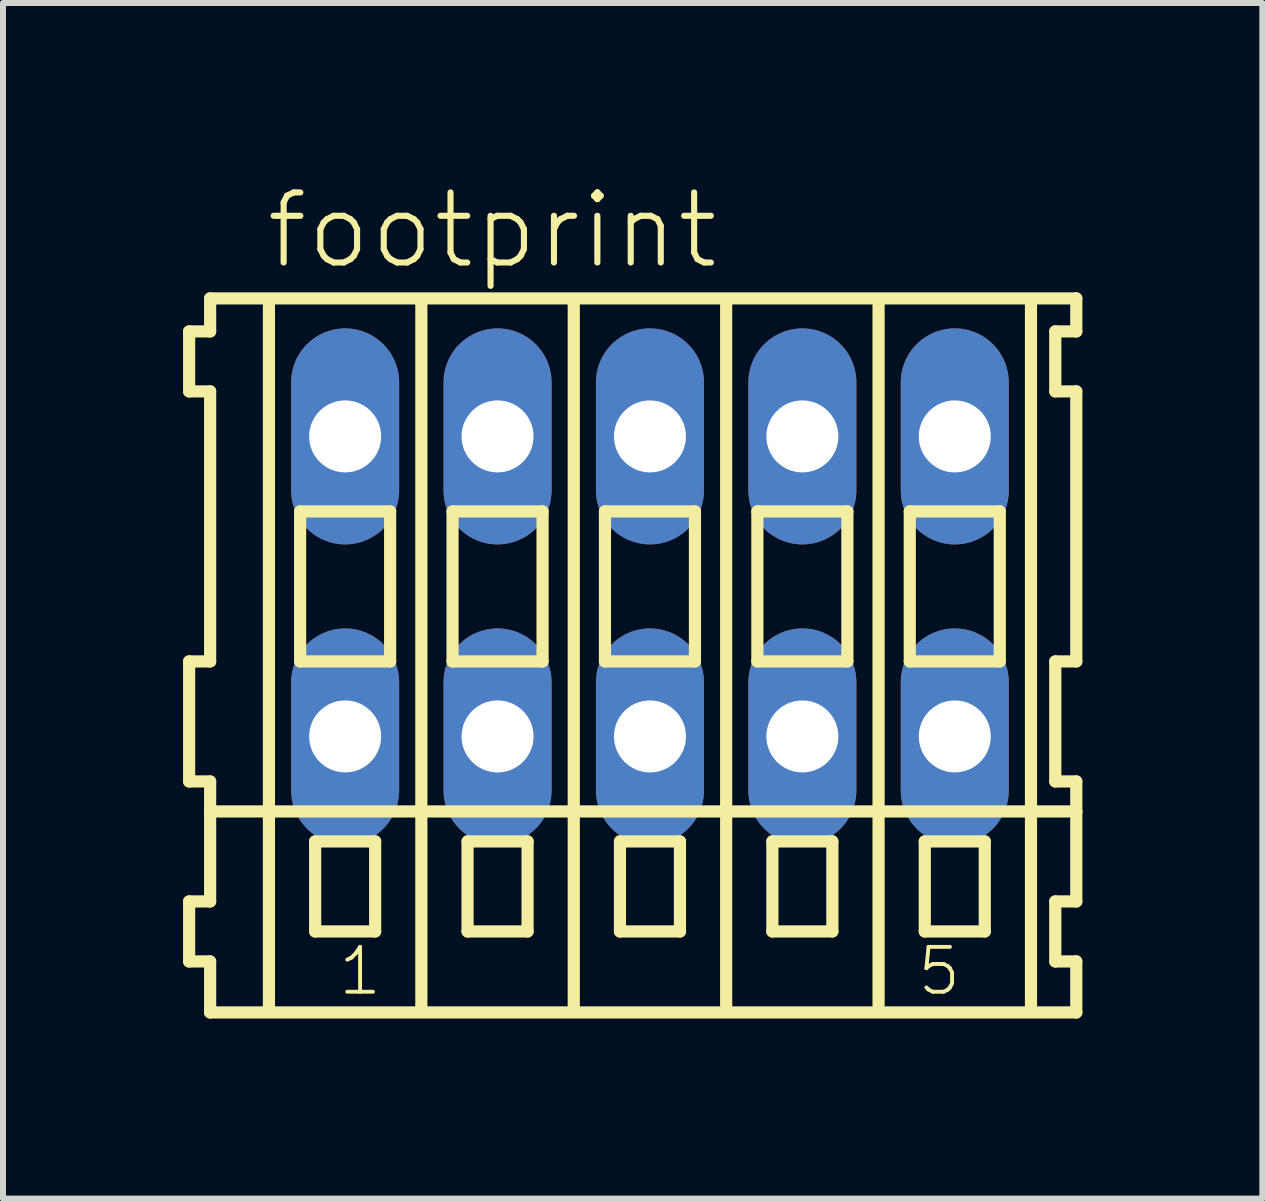
<source format=kicad_pcb>
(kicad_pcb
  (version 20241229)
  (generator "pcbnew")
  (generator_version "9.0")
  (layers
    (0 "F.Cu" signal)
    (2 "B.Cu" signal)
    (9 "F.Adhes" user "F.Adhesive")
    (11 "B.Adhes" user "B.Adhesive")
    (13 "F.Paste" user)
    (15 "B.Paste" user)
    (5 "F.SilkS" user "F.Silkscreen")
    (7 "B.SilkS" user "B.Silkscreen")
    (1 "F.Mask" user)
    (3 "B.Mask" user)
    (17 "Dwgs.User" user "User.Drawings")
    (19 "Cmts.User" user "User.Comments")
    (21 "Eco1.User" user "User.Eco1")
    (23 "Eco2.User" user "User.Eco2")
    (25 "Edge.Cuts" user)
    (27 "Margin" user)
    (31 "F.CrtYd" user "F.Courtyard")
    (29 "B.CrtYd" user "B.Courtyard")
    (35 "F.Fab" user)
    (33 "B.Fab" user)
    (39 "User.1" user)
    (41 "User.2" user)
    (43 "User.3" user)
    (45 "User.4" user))
  (footprint "footprint"
    (layer "F.Cu")
    (at 7.782 6.723)
    (property "Reference" "footprint" (at -6.45 -5.25 0) (layer "F.SilkS") (effects (font (size 1.168 1.168) (thickness 0.102)) (justify left bottom)))
    (fp_line (start -7.68 -4.25) (end -7.68 -3.25) (stroke (width 0.203) (type solid)) (layer "F.SilkS"))
    (fp_line (start -7.68 -3.25) (end -7.33 -3.25) (stroke (width 0.203) (type solid)) (layer "F.SilkS"))
    (fp_line (start -7.68 1.25) (end -7.68 3.25) (stroke (width 0.203) (type solid)) (layer "F.SilkS"))
    (fp_line (start -7.68 3.25) (end -7.33 3.25) (stroke (width 0.203) (type solid)) (layer "F.SilkS"))
    (fp_line (start -7.68 5.25) (end -7.68 6.25) (stroke (width 0.203) (type solid)) (layer "F.SilkS"))
    (fp_line (start -7.68 6.25) (end -7.33 6.25) (stroke (width 0.203) (type solid)) (layer "F.SilkS"))
    (fp_line (start -7.33 -4.8) (end -7.33 -4.25) (stroke (width 0.203) (type solid)) (layer "F.SilkS"))
    (fp_line (start -7.33 -4.25) (end -7.68 -4.25) (stroke (width 0.203) (type solid)) (layer "F.SilkS"))
    (fp_line (start -7.33 -3.25) (end -7.33 1.25) (stroke (width 0.203) (type solid)) (layer "F.SilkS"))
    (fp_line (start -7.33 1.25) (end -7.68 1.25) (stroke (width 0.203) (type solid)) (layer "F.SilkS"))
    (fp_line (start -7.33 3.25) (end -7.33 5.25) (stroke (width 0.203) (type solid)) (layer "F.SilkS"))
    (fp_line (start -7.33 3.75) (end 7.105 3.75) (stroke (width 0.203) (type solid)) (layer "F.SilkS"))
    (fp_line (start -7.33 5.25) (end -7.68 5.25) (stroke (width 0.203) (type solid)) (layer "F.SilkS"))
    (fp_line (start -7.33 6.25) (end -7.33 7.1) (stroke (width 0.203) (type solid)) (layer "F.SilkS"))
    (fp_line (start -7.33 7.1) (end 7.105 7.1) (stroke (width 0.203) (type solid)) (layer "F.SilkS"))
    (fp_line (start -6.35 6.985) (end -6.35 -4.699) (stroke (width 0.203) (type solid)) (layer "F.SilkS"))
    (fp_line (start -5.83 -1.25) (end -5.83 1.25) (stroke (width 0.203) (type solid)) (layer "F.SilkS"))
    (fp_line (start -5.83 1.25) (end -4.33 1.25) (stroke (width 0.203) (type solid)) (layer "F.SilkS"))
    (fp_line (start -5.58 4.25) (end -5.58 5.75) (stroke (width 0.203) (type solid)) (layer "F.SilkS"))
    (fp_line (start -5.58 5.75) (end -4.58 5.75) (stroke (width 0.203) (type solid)) (layer "F.SilkS"))
    (fp_line (start -4.58 4.25) (end -5.58 4.25) (stroke (width 0.203) (type solid)) (layer "F.SilkS"))
    (fp_line (start -4.58 5.75) (end -4.58 4.25) (stroke (width 0.203) (type solid)) (layer "F.SilkS"))
    (fp_line (start -4.33 -1.25) (end -5.83 -1.25) (stroke (width 0.203) (type solid)) (layer "F.SilkS"))
    (fp_line (start -4.33 1.25) (end -4.33 -1.25) (stroke (width 0.203) (type solid)) (layer "F.SilkS"))
    (fp_line (start -3.81 6.985) (end -3.81 -4.699) (stroke (width 0.203) (type solid)) (layer "F.SilkS"))
    (fp_line (start -3.29 -1.25) (end -3.29 1.25) (stroke (width 0.203) (type solid)) (layer "F.SilkS"))
    (fp_line (start -3.29 1.25) (end -1.79 1.25) (stroke (width 0.203) (type solid)) (layer "F.SilkS"))
    (fp_line (start -3.04 4.25) (end -3.04 5.75) (stroke (width 0.203) (type solid)) (layer "F.SilkS"))
    (fp_line (start -3.04 5.75) (end -2.04 5.75) (stroke (width 0.203) (type solid)) (layer "F.SilkS"))
    (fp_line (start -2.04 4.25) (end -3.04 4.25) (stroke (width 0.203) (type solid)) (layer "F.SilkS"))
    (fp_line (start -2.04 5.75) (end -2.04 4.25) (stroke (width 0.203) (type solid)) (layer "F.SilkS"))
    (fp_line (start -1.79 -1.25) (end -3.29 -1.25) (stroke (width 0.203) (type solid)) (layer "F.SilkS"))
    (fp_line (start -1.79 1.25) (end -1.79 -1.25) (stroke (width 0.203) (type solid)) (layer "F.SilkS"))
    (fp_line (start -1.27 6.985) (end -1.27 -4.699) (stroke (width 0.203) (type solid)) (layer "F.SilkS"))
    (fp_line (start -0.75 -1.25) (end -0.75 1.25) (stroke (width 0.203) (type solid)) (layer "F.SilkS"))
    (fp_line (start -0.75 1.25) (end 0.75 1.25) (stroke (width 0.203) (type solid)) (layer "F.SilkS"))
    (fp_line (start -0.5 4.25) (end -0.5 5.75) (stroke (width 0.203) (type solid)) (layer "F.SilkS"))
    (fp_line (start -0.5 5.75) (end 0.5 5.75) (stroke (width 0.203) (type solid)) (layer "F.SilkS"))
    (fp_line (start 0.5 4.25) (end -0.5 4.25) (stroke (width 0.203) (type solid)) (layer "F.SilkS"))
    (fp_line (start 0.5 5.75) (end 0.5 4.25) (stroke (width 0.203) (type solid)) (layer "F.SilkS"))
    (fp_line (start 0.75 -1.25) (end -0.75 -1.25) (stroke (width 0.203) (type solid)) (layer "F.SilkS"))
    (fp_line (start 0.75 1.25) (end 0.75 -1.25) (stroke (width 0.203) (type solid)) (layer "F.SilkS"))
    (fp_line (start 1.27 6.985) (end 1.27 -4.699) (stroke (width 0.203) (type solid)) (layer "F.SilkS"))
    (fp_line (start 1.79 -1.25) (end 1.79 1.25) (stroke (width 0.203) (type solid)) (layer "F.SilkS"))
    (fp_line (start 1.79 1.25) (end 3.29 1.25) (stroke (width 0.203) (type solid)) (layer "F.SilkS"))
    (fp_line (start 2.04 4.25) (end 2.04 5.75) (stroke (width 0.203) (type solid)) (layer "F.SilkS"))
    (fp_line (start 2.04 5.75) (end 3.04 5.75) (stroke (width 0.203) (type solid)) (layer "F.SilkS"))
    (fp_line (start 3.04 4.25) (end 2.04 4.25) (stroke (width 0.203) (type solid)) (layer "F.SilkS"))
    (fp_line (start 3.04 5.75) (end 3.04 4.25) (stroke (width 0.203) (type solid)) (layer "F.SilkS"))
    (fp_line (start 3.29 -1.25) (end 1.79 -1.25) (stroke (width 0.203) (type solid)) (layer "F.SilkS"))
    (fp_line (start 3.29 1.25) (end 3.29 -1.25) (stroke (width 0.203) (type solid)) (layer "F.SilkS"))
    (fp_line (start 3.81 6.985) (end 3.81 -4.699) (stroke (width 0.203) (type solid)) (layer "F.SilkS"))
    (fp_line (start 4.33 -1.25) (end 4.33 1.25) (stroke (width 0.203) (type solid)) (layer "F.SilkS"))
    (fp_line (start 4.33 1.25) (end 5.83 1.25) (stroke (width 0.203) (type solid)) (layer "F.SilkS"))
    (fp_line (start 4.58 4.25) (end 4.58 5.75) (stroke (width 0.203) (type solid)) (layer "F.SilkS"))
    (fp_line (start 4.58 5.75) (end 5.58 5.75) (stroke (width 0.203) (type solid)) (layer "F.SilkS"))
    (fp_line (start 5.58 4.25) (end 4.58 4.25) (stroke (width 0.203) (type solid)) (layer "F.SilkS"))
    (fp_line (start 5.58 5.75) (end 5.58 4.25) (stroke (width 0.203) (type solid)) (layer "F.SilkS"))
    (fp_line (start 5.83 -1.25) (end 4.33 -1.25) (stroke (width 0.203) (type solid)) (layer "F.SilkS"))
    (fp_line (start 5.83 1.25) (end 5.83 -1.25) (stroke (width 0.203) (type solid)) (layer "F.SilkS"))
    (fp_line (start 6.35 6.985) (end 6.35 -4.699) (stroke (width 0.203) (type solid)) (layer "F.SilkS"))
    (fp_line (start 6.755 -4.25) (end 6.755 -3.25) (stroke (width 0.203) (type solid)) (layer "F.SilkS"))
    (fp_line (start 6.755 -3.25) (end 7.105 -3.25) (stroke (width 0.203) (type solid)) (layer "F.SilkS"))
    (fp_line (start 6.755 1.25) (end 6.755 3.25) (stroke (width 0.203) (type solid)) (layer "F.SilkS"))
    (fp_line (start 6.755 3.25) (end 7.105 3.25) (stroke (width 0.203) (type solid)) (layer "F.SilkS"))
    (fp_line (start 6.755 5.25) (end 6.755 6.25) (stroke (width 0.203) (type solid)) (layer "F.SilkS"))
    (fp_line (start 6.755 6.25) (end 7.105 6.25) (stroke (width 0.203) (type solid)) (layer "F.SilkS"))
    (fp_line (start 7.105 -4.8) (end -7.33 -4.8) (stroke (width 0.203) (type solid)) (layer "F.SilkS"))
    (fp_line (start 7.105 -4.25) (end 6.755 -4.25) (stroke (width 0.203) (type solid)) (layer "F.SilkS"))
    (fp_line (start 7.105 -4.25) (end 7.105 -4.8) (stroke (width 0.203) (type solid)) (layer "F.SilkS"))
    (fp_line (start 7.105 1.25) (end 6.755 1.25) (stroke (width 0.203) (type solid)) (layer "F.SilkS"))
    (fp_line (start 7.105 1.25) (end 7.105 -3.25) (stroke (width 0.203) (type solid)) (layer "F.SilkS"))
    (fp_line (start 7.105 3.75) (end 7.105 3.25) (stroke (width 0.203) (type solid)) (layer "F.SilkS"))
    (fp_line (start 7.105 5.25) (end 6.755 5.25) (stroke (width 0.203) (type solid)) (layer "F.SilkS"))
    (fp_line (start 7.105 5.25) (end 7.105 3.75) (stroke (width 0.203) (type solid)) (layer "F.SilkS"))
    (fp_line (start 7.105 7.1) (end 7.105 6.25) (stroke (width 0.203) (type solid)) (layer "F.SilkS"))
    (fp_text user "1" (at -5.23 6.85 0) (layer "F.SilkS") (effects (font (size 0.748 0.748) (thickness 0.065)) (justify left bottom)))
    (fp_text user "5" (at 4.422 6.85 0) (layer "F.SilkS") (effects (font (size 0.748 0.748) (thickness 0.065)) (justify left bottom)))
    (pad "A1" thru_hole oval (at -5.08 -2.5 90) (size 3.6 1.8) (drill 1.2) (layers "*.Cu" "*.Mask"))
    (pad "A2" thru_hole oval (at -2.54 -2.5 90) (size 3.6 1.8) (drill 1.2) (layers "*.Cu" "*.Mask"))
    (pad "A3" thru_hole oval (at 0 -2.5 90) (size 3.6 1.8) (drill 1.2) (layers "*.Cu" "*.Mask"))
    (pad "A4" thru_hole oval (at 2.54 -2.5 90) (size 3.6 1.8) (drill 1.2) (layers "*.Cu" "*.Mask"))
    (pad "A5" thru_hole oval (at 5.08 -2.5 90) (size 3.6 1.8) (drill 1.2) (layers "*.Cu" "*.Mask"))
    (pad "B1" thru_hole oval (at -5.08 2.5 90) (size 3.6 1.8) (drill 1.2) (layers "*.Cu" "*.Mask"))
    (pad "B2" thru_hole oval (at -2.54 2.5 90) (size 3.6 1.8) (drill 1.2) (layers "*.Cu" "*.Mask"))
    (pad "B3" thru_hole oval (at 0 2.5 90) (size 3.6 1.8) (drill 1.2) (layers "*.Cu" "*.Mask"))
    (pad "B4" thru_hole oval (at 2.54 2.5 90) (size 3.6 1.8) (drill 1.2) (layers "*.Cu" "*.Mask"))
    (pad "B5" thru_hole oval (at 5.08 2.5 90) (size 3.6 1.8) (drill 1.2) (layers "*.Cu" "*.Mask")))
  (gr_rect
    (start -3 -3)
    (end 17.988 16.925)
    (stroke (width 0.1) (type default))
    (fill no)
    (layer "Edge.Cuts")))
</source>
